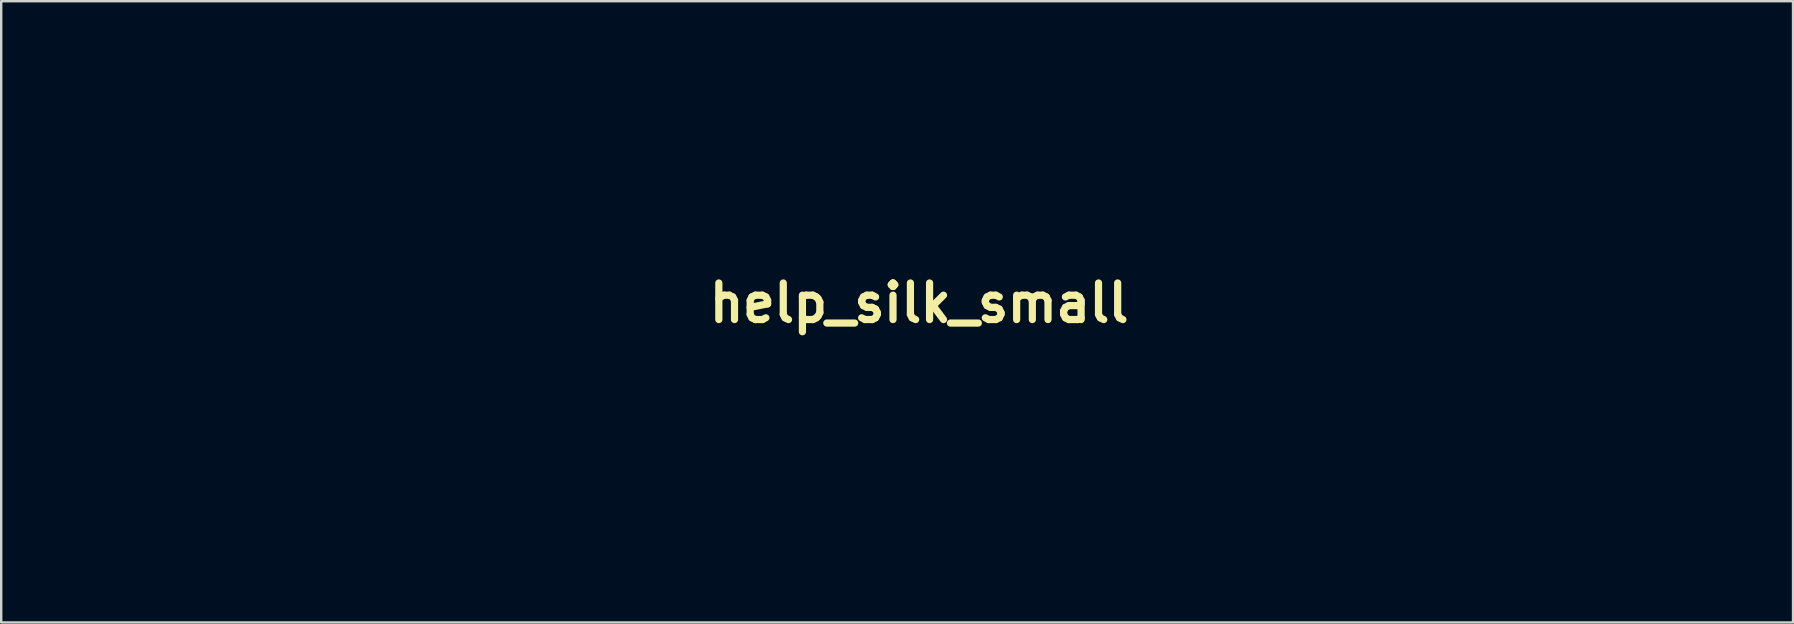
<source format=kicad_pcb>
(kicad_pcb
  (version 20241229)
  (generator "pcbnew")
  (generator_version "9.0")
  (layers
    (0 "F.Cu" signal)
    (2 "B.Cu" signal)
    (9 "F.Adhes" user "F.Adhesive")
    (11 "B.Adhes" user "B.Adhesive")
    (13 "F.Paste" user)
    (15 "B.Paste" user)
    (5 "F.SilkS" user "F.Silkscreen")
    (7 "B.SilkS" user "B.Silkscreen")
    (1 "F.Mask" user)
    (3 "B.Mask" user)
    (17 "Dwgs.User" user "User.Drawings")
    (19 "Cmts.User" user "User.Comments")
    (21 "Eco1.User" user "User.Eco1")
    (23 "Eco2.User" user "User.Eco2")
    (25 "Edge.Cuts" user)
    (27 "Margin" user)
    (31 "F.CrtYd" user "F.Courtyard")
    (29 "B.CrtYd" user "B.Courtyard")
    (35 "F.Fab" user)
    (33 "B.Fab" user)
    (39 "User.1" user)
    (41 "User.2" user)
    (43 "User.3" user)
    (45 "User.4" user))
  (footprint "help_silk_small"
    (layer "F.Cu")
    (at 35.248 9.576)
    (property "Reference" "help_silk_small" (at 0 0 0) (layer "F.SilkS") (effects (font (size 1.524 1.524) (thickness 0.3))))
    (attr through_hole)
    (fp_poly (pts (xy -17.056 -3.927) (xy -17.107 -3.708) (xy -17.301 -3.681) (xy -17.604 -3.816) (xy -17.547 -3.927) (xy -17.11 -3.971) (xy -17.056 -3.927)) (stroke (width 0.01) (type solid)) (fill yes) (layer "F.Mask"))
    (fp_poly (pts (xy -17.056 6.749) (xy -17.107 6.968) (xy -17.301 6.994) (xy -17.604 6.86) (xy -17.547 6.749) (xy -17.11 6.705) (xy -17.056 6.749)) (stroke (width 0.01) (type solid)) (fill yes) (layer "F.Mask"))
    (fp_poly (pts (xy -11.166 1.227) (xy -11.217 1.446) (xy -11.412 1.472) (xy -11.715 1.338) (xy -11.657 1.227) (xy -11.22 1.183) (xy -11.166 1.227)) (stroke (width 0.01) (type solid)) (fill yes) (layer "F.Mask"))
    (fp_poly (pts (xy 2.086 1.227) (xy 2.035 1.446) (xy 1.841 1.472) (xy 1.538 1.338) (xy 1.595 1.227) (xy 2.032 1.183) (xy 2.086 1.227)) (stroke (width 0.01) (type solid)) (fill yes) (layer "F.Mask"))
    (fp_poly (pts (xy 12.025 -3.927) (xy 11.975 -3.708) (xy 11.78 -3.681) (xy 11.477 -3.816) (xy 11.534 -3.927) (xy 11.971 -3.971) (xy 12.025 -3.927)) (stroke (width 0.01) (type solid)) (fill yes) (layer "F.Mask"))
    (fp_poly (pts (xy -2.4 -3.024) (xy -2.192 -2.329) (xy -2.343 -1.49) (xy -2.735 -0.894) (xy -3.278 -0.449) (xy -3.566 -0.555) (xy -3.673 -1.286) (xy -3.681 -1.841) (xy -3.619 -2.804) (xy -3.37 -3.23) (xy -2.945 -3.313) (xy -2.4 -3.024)) (stroke (width 0.01) (type solid)) (fill yes) (layer "F.Mask"))
    (fp_poly (pts (xy -17.043 -2.993) (xy -16.933 -2.222) (xy -16.933 -2.209) (xy -17.04 -1.433) (xy -17.297 -1.104) (xy -17.301 -1.104) (xy -17.56 -1.424) (xy -17.67 -2.195) (xy -17.67 -2.209) (xy -17.563 -2.984) (xy -17.306 -3.313) (xy -17.301 -3.313) (xy -17.043 -2.993)) (stroke (width 0.01) (type solid)) (fill yes) (layer "F.Mask"))
    (fp_poly (pts (xy -15.29 -3.139) (xy -15.1 -2.494) (xy -15.093 -2.209) (xy -15.208 -1.4) (xy -15.639 -1.116) (xy -15.829 -1.104) (xy -16.368 -1.278) (xy -16.558 -1.924) (xy -16.565 -2.209) (xy -16.45 -3.017) (xy -16.019 -3.302) (xy -15.829 -3.313) (xy -15.29 -3.139)) (stroke (width 0.01) (type solid)) (fill yes) (layer "F.Mask"))
    (fp_poly (pts (xy -13.45 2.014) (xy -13.26 2.66) (xy -13.252 2.945) (xy -13.368 3.753) (xy -13.798 4.038) (xy -13.988 4.049) (xy -14.527 3.876) (xy -14.717 3.23) (xy -14.725 2.945) (xy -14.609 2.137) (xy -14.178 1.852) (xy -13.988 1.841) (xy -13.45 2.014)) (stroke (width 0.01) (type solid)) (fill yes) (layer "F.Mask"))
    (fp_poly (pts (xy 29.62 -3.139) (xy 29.81 -2.494) (xy 29.817 -2.209) (xy 29.702 -1.4) (xy 29.271 -1.116) (xy 29.081 -1.104) (xy 28.542 -1.278) (xy 28.353 -1.924) (xy 28.345 -2.209) (xy 28.461 -3.017) (xy 28.891 -3.302) (xy 29.081 -3.313) (xy 29.62 -3.139)) (stroke (width 0.01) (type solid)) (fill yes) (layer "F.Mask"))
    (fp_poly (pts (xy -24.298 6.755) (xy -24.296 6.798) (xy -24.483 7.449) (xy -24.934 8.298) (xy -25.481 9.082) (xy -25.955 9.537) (xy -26.065 9.571) (xy -26.402 9.478) (xy -26.186 9.08) (xy -26.113 8.991) (xy -25.822 8.46) (xy -26.128 8.058) (xy -26.16 8.036) (xy -26.465 7.776) (xy -26.118 7.844) (xy -26.063 7.861) (xy -25.449 7.759) (xy -25.21 7.344) (xy -24.898 6.83) (xy -24.51 6.584) (xy -24.298 6.755)) (stroke (width 0.01) (type solid)) (fill yes) (layer "F.Mask"))
    (fp_poly (pts (xy -6.94 -9.471) (xy -6.651 -9.05) (xy -6.626 -8.672) (xy -6.762 -7.893) (xy -6.994 -7.546) (xy -7.279 -7.039) (xy -7.362 -6.42) (xy -7.491 -5.739) (xy -7.73 -5.522) (xy -7.991 -5.841) (xy -8.099 -6.604) (xy -7.985 -7.454) (xy -7.73 -7.914) (xy -7.358 -8.371) (xy -7.581 -8.682) (xy -8.099 -8.651) (xy -8.696 -8.625) (xy -8.835 -8.994) (xy -8.541 -9.444) (xy -7.73 -9.571) (xy -6.94 -9.471)) (stroke (width 0.01) (type solid)) (fill yes) (layer "F.Mask"))
    (fp_poly (pts (xy -34.314 -9.269) (xy -34.223 -8.927) (xy -34.175 -8.484) (xy -33.947 -8.639) (xy -33.722 -8.927) (xy -33.105 -9.536) (xy -32.757 -9.503) (xy -32.761 -8.897) (xy -32.965 -8.294) (xy -33.324 -7.238) (xy -33.496 -6.348) (xy -33.499 -6.27) (xy -33.651 -5.665) (xy -33.867 -5.522) (xy -34.159 -5.834) (xy -34.248 -6.35) (xy -34.442 -7.299) (xy -34.787 -8.099) (xy -35.237 -9.001) (xy -35.243 -9.448) (xy -34.806 -9.571) (xy -34.787 -9.571) (xy -34.314 -9.269)) (stroke (width 0.01) (type solid)) (fill yes) (layer "F.Mask"))
    (fp_poly (pts (xy -19.384 6.729) (xy -19.124 7.15) (xy -19.108 8.069) (xy -19.134 8.427) (xy -19.077 9.054) (xy -18.684 9.104) (xy -18.623 9.083) (xy -18.129 9.059) (xy -18.038 9.214) (xy -18.361 9.45) (xy -19.157 9.568) (xy -19.326 9.571) (xy -20.192 9.509) (xy -20.547 9.197) (xy -20.614 8.467) (xy -20.479 7.664) (xy -20.154 7.357) (xy -19.963 7.229) (xy -20.246 6.994) (xy -20.535 6.726) (xy -20.17 6.636) (xy -19.97 6.632) (xy -19.384 6.729)) (stroke (width 0.01) (type solid)) (fill yes) (layer "F.Mask"))
    (fp_poly (pts (xy -9.847 -3.247) (xy -9.19 -2.928) (xy -9.019 -2.209) (xy -9.221 -1.45) (xy -9.847 -1.171) (xy -10.426 -1.198) (xy -10.649 -1.637) (xy -10.649 -1.657) (xy -9.939 -1.657) (xy -9.755 -1.472) (xy -9.571 -1.657) (xy -9.755 -1.841) (xy -9.939 -1.657) (xy -10.649 -1.657) (xy -10.675 -2.209) (xy -10.657 -2.393) (xy -9.939 -2.393) (xy -9.755 -2.209) (xy -9.571 -2.393) (xy -9.755 -2.577) (xy -9.939 -2.393) (xy -10.657 -2.393) (xy -10.597 -3.005) (xy -10.259 -3.268) (xy -9.847 -3.247)) (stroke (width 0.01) (type solid)) (fill yes) (layer "F.Mask"))
    (fp_poly (pts (xy -5.354 1.97) (xy -4.828 2.151) (xy -4.786 2.232) (xy -5.066 2.567) (xy -5.154 2.577) (xy -5.461 2.883) (xy -5.522 3.257) (xy -5.823 3.741) (xy -6.522 3.98) (xy -7.314 3.948) (xy -7.894 3.617) (xy -7.975 3.473) (xy -8.021 2.945) (xy -7.362 2.945) (xy -7.228 3.248) (xy -7.117 3.19) (xy -7.073 2.753) (xy -7.117 2.7) (xy -7.336 2.75) (xy -7.362 2.945) (xy -8.021 2.945) (xy -8.05 2.61) (xy -7.479 2.089) (xy -6.286 1.907) (xy -5.354 1.97)) (stroke (width 0.01) (type solid)) (fill yes) (layer "F.Mask"))
    (fp_poly (pts (xy -12.929 -3.732) (xy -12.628 -3.415) (xy -12.439 -3.728) (xy -12.142 -3.968) (xy -11.718 -3.699) (xy -11.31 -3.093) (xy -11.064 -2.326) (xy -11.043 -2.051) (xy -11.14 -1.404) (xy -11.575 -1.145) (xy -12.29 -1.104) (xy -13.158 -1.187) (xy -13.553 -1.569) (xy -13.698 -2.2) (xy -13.698 -2.209) (xy -12.826 -2.209) (xy -12.768 -1.686) (xy -12.64 -1.749) (xy -12.592 -2.502) (xy -12.64 -2.669) (xy -12.775 -2.715) (xy -12.826 -2.209) (xy -13.698 -2.209) (xy -13.724 -3.17) (xy -13.536 -3.818) (xy -13.21 -3.992) (xy -12.929 -3.732)) (stroke (width 0.01) (type solid)) (fill yes) (layer "F.Mask"))
    (fp_poly (pts (xy -32.854 1.208) (xy -31.798 1.284) (xy -31.27 1.492) (xy -31.062 1.993) (xy -30.993 2.648) (xy -30.88 4.007) (xy -32.741 3.993) (xy -34.603 3.979) (xy -34.603 2.577) (xy -33.809 2.577) (xy -33.751 3.099) (xy -33.623 3.037) (xy -33.593 2.577) (xy -31.968 2.577) (xy -31.91 3.099) (xy -31.782 3.037) (xy -31.734 2.283) (xy -31.782 2.117) (xy -31.917 2.07) (xy -31.968 2.577) (xy -33.593 2.577) (xy -33.574 2.283) (xy -33.623 2.117) (xy -33.757 2.07) (xy -33.809 2.577) (xy -34.603 2.577) (xy -34.603 1.127) (xy -32.854 1.208)) (stroke (width 0.01) (type solid)) (fill yes) (layer "F.Mask"))
    (fp_poly (pts (xy -14.891 -9.238) (xy -14.757 -8.38) (xy -14.725 -7.546) (xy -14.785 -6.438) (xy -14.941 -5.702) (xy -15.093 -5.522) (xy -15.369 -5.837) (xy -15.461 -6.442) (xy -15.587 -7.134) (xy -15.829 -7.362) (xy -16.106 -7.047) (xy -16.197 -6.442) (xy -16.323 -5.75) (xy -16.565 -5.522) (xy -16.767 -5.855) (xy -16.901 -6.713) (xy -16.933 -7.546) (xy -16.873 -8.655) (xy -16.717 -9.391) (xy -16.565 -9.571) (xy -16.266 -9.263) (xy -16.197 -8.835) (xy -16.043 -8.237) (xy -15.829 -8.099) (xy -15.53 -8.407) (xy -15.461 -8.835) (xy -15.307 -9.433) (xy -15.093 -9.571) (xy -14.891 -9.238)) (stroke (width 0.01) (type solid)) (fill yes) (layer "F.Mask"))
    (fp_poly (pts (xy -33.222 -3.94) (xy -32.166 -3.867) (xy -31.638 -3.661) (xy -31.431 -3.163) (xy -31.361 -2.506) (xy -31.248 -1.146) (xy -33.109 -1.161) (xy -34.971 -1.175) (xy -34.971 -2.577) (xy -34.177 -2.577) (xy -34.119 -2.054) (xy -33.991 -2.117) (xy -33.973 -2.393) (xy -32.322 -2.393) (xy -32.283 -1.764) (xy -32.167 -1.709) (xy -32.153 -1.742) (xy -32.08 -2.472) (xy -32.139 -2.846) (xy -32.256 -2.996) (xy -32.32 -2.507) (xy -32.322 -2.393) (xy -33.973 -2.393) (xy -33.942 -2.87) (xy -33.991 -3.037) (xy -34.125 -3.083) (xy -34.177 -2.577) (xy -34.971 -2.577) (xy -34.971 -4.014) (xy -33.222 -3.94)) (stroke (width 0.01) (type solid)) (fill yes) (layer "F.Mask"))
    (fp_poly (pts (xy 16.126 -1.912) (xy 15.941 -0.946) (xy 15.531 -0.524) (xy 15.277 -0.465) (xy 14.466 -0.617) (xy 14.118 -0.869) (xy 13.66 -1.653) (xy 13.517 -2.061) (xy 13.468 -2.209) (xy 15.093 -2.209) (xy 15.227 -1.906) (xy 15.338 -1.963) (xy 15.382 -2.4) (xy 15.338 -2.454) (xy 15.119 -2.404) (xy 15.093 -2.209) (xy 13.468 -2.209) (xy 13.378 -2.482) (xy 13.312 -2.21) (xy 13.295 -1.933) (xy 13.12 -1.236) (xy 12.82 -1.156) (xy 12.569 -1.639) (xy 12.516 -2.173) (xy 12.559 -2.804) (xy 12.814 -3.122) (xy 13.47 -3.237) (xy 14.377 -3.257) (xy 16.239 -3.271) (xy 16.126 -1.912)) (stroke (width 0.01) (type solid)) (fill yes) (layer "F.Mask"))
    (fp_poly (pts (xy -13.691 6.687) (xy -13.682 6.983) (xy -13.963 7.68) (xy -14.238 8.265) (xy -14.728 9.116) (xy -15.297 9.465) (xy -16.26 9.506) (xy -16.263 9.505) (xy -17.183 9.413) (xy -17.581 9.128) (xy -17.669 8.49) (xy -17.67 8.467) (xy -16.197 8.467) (xy -16.062 8.77) (xy -15.952 8.712) (xy -15.908 8.275) (xy -15.952 8.221) (xy -16.171 8.272) (xy -16.197 8.467) (xy -17.67 8.467) (xy -17.67 8.452) (xy -17.549 7.72) (xy -17.035 7.467) (xy -16.657 7.449) (xy -15.748 7.564) (xy -15.216 7.79) (xy -14.794 7.841) (xy -14.547 7.382) (xy -14.216 6.777) (xy -13.964 6.626) (xy -13.691 6.687)) (stroke (width 0.01) (type solid)) (fill yes) (layer "F.Mask"))
    (fp_poly (pts (xy -10.028 1.934) (xy -9.498 2.101) (xy -9.312 2.513) (xy -9.283 2.968) (xy -9.336 3.682) (xy -9.697 3.957) (xy -10.498 3.978) (xy -11.426 3.82) (xy -11.843 3.36) (xy -11.896 3.162) (xy -11.985 2.772) (xy -10.993 2.772) (xy -10.921 3.111) (xy -10.665 3.327) (xy -10.072 3.647) (xy -10.035 3.493) (xy -10.315 3.12) (xy -10.783 2.753) (xy -10.993 2.772) (xy -11.985 2.772) (xy -12.014 2.645) (xy -12.072 2.836) (xy -12.098 3.221) (xy -12.278 3.918) (xy -12.579 3.997) (xy -12.83 3.512) (xy -12.884 2.966) (xy -12.841 2.318) (xy -12.582 2.001) (xy -11.916 1.9) (xy -11.099 1.897) (xy -10.028 1.934)) (stroke (width 0.01) (type solid)) (fill yes) (layer "F.Mask"))
    (fp_poly (pts (xy -28.833 -8.063) (xy -28.713 -7.095) (xy -28.713 -7.037) (xy -28.713 -5.607) (xy -30.581 -5.607) (xy -31.887 -5.705) (xy -32.569 -5.987) (xy -32.635 -6.09) (xy -32.735 -6.825) (xy -32.725 -6.994) (xy -32.026 -6.994) (xy -31.872 -6.396) (xy -31.658 -6.258) (xy -31.359 -6.566) (xy -31.29 -6.994) (xy -31.444 -7.592) (xy -31.658 -7.73) (xy -31.957 -7.422) (xy -32.026 -6.994) (xy -32.725 -6.994) (xy -32.699 -7.428) (xy -32.483 -8.014) (xy -31.909 -8.276) (xy -31.218 -8.337) (xy -30.313 -8.316) (xy -29.896 -8.035) (xy -29.723 -7.315) (xy -29.713 -7.233) (xy -29.567 -6.074) (xy -29.508 -7.27) (xy -29.351 -8.186) (xy -29.086 -8.439) (xy -28.833 -8.063)) (stroke (width 0.01) (type solid)) (fill yes) (layer "F.Mask"))
    (fp_poly (pts (xy -9.999 6.863) (xy -9.825 7.27) (xy -9.685 7.724) (xy -9.627 7.463) (xy -9.614 7.27) (xy -9.335 6.724) (xy -9.058 6.626) (xy -8.755 6.769) (xy -8.743 7.31) (xy -8.899 8.022) (xy -9.254 9.418) (xy -11.437 9.504) (xy -12.767 9.493) (xy -13.501 9.34) (xy -13.62 9.191) (xy -13.395 8.962) (xy -13.252 9.019) (xy -13.002 8.863) (xy -12.887 8.113) (xy -12.884 7.936) (xy -12.793 7.076) (xy -12.569 6.64) (xy -12.516 6.626) (xy -12.272 6.949) (xy -12.151 7.744) (xy -12.148 7.903) (xy -12.074 8.756) (xy -11.808 9.015) (xy -11.596 8.968) (xy -11.184 8.469) (xy -11.043 7.691) (xy -10.857 6.91) (xy -10.438 6.609) (xy -9.999 6.863)) (stroke (width 0.01) (type solid)) (fill yes) (layer "F.Mask"))
    (fp_poly (pts (xy -15.42 1.185) (xy -15.157 1.564) (xy -15.093 2.449) (xy -15.093 2.577) (xy -15.143 3.525) (xy -15.38 3.947) (xy -15.933 4.049) (xy -16.013 4.049) (xy -16.606 3.969) (xy -16.87 3.59) (xy -16.889 3.313) (xy -16.197 3.313) (xy -16.062 3.616) (xy -15.952 3.558) (xy -15.908 3.122) (xy -15.952 3.068) (xy -16.171 3.118) (xy -16.197 3.313) (xy -16.889 3.313) (xy -16.933 2.705) (xy -16.933 2.577) (xy -16.902 1.994) (xy -16.168 1.994) (xy -16.1 2.471) (xy -15.975 2.477) (xy -15.887 1.984) (xy -15.946 1.772) (xy -16.109 1.632) (xy -16.168 1.994) (xy -16.902 1.994) (xy -16.883 1.628) (xy -16.646 1.206) (xy -16.093 1.105) (xy -16.013 1.104) (xy -15.42 1.185)) (stroke (width 0.01) (type solid)) (fill yes) (layer "F.Mask"))
    (fp_poly (pts (xy 30.971 -3.87) (xy 31.717 -3.46) (xy 32.28 -3.009) (xy 32.4 -2.794) (xy 32.552 -2.698) (xy 32.748 -2.934) (xy 33.155 -3.271) (xy 33.348 -3.219) (xy 33.408 -2.715) (xy 33.181 -1.87) (xy 32.781 -0.964) (xy 32.321 -0.271) (xy 32.055 -0.071) (xy 31.705 -0.124) (xy 31.772 -0.502) (xy 31.773 -0.96) (xy 31.199 -1.103) (xy 31.094 -1.104) (xy 30.508 -1.187) (xy 30.248 -1.571) (xy 30.229 -1.841) (xy 31.658 -1.841) (xy 31.793 -1.538) (xy 31.903 -1.595) (xy 31.947 -2.032) (xy 31.903 -2.086) (xy 31.685 -2.035) (xy 31.658 -1.841) (xy 30.229 -1.841) (xy 30.186 -2.464) (xy 30.186 -2.577) (xy 30.223 -3.499) (xy 30.315 -4.012) (xy 30.352 -4.049) (xy 30.971 -3.87)) (stroke (width 0.01) (type solid)) (fill yes) (layer "F.Mask"))
    (fp_poly (pts (xy 1.32 -3.131) (xy 1.309 -2.468) (xy 1.112 -1.681) (xy 0.679 -0.795) (xy 0.183 -0.377) (xy 0.11 -0.368) (xy -0.257 -0.467) (xy -0.037 -0.876) (xy 0 -0.92) (xy 0.231 -1.377) (xy 0.071 -1.472) (xy -0.482 -1.236) (xy -0.868 -0.92) (xy -1.426 -0.457) (xy -1.721 -0.546) (xy -1.831 -1.26) (xy -1.841 -1.841) (xy -1.824 -2.209) (xy -1.104 -2.209) (xy -0.97 -1.906) (xy -0.859 -1.963) (xy -0.815 -2.4) (xy -0.859 -2.454) (xy -1.078 -2.404) (xy -1.104 -2.209) (xy -1.824 -2.209) (xy -1.797 -2.785) (xy -1.561 -3.204) (xy -0.973 -3.311) (xy -0.736 -3.313) (xy 0.066 -3.178) (xy 0.374 -2.853) (xy 0.493 -2.653) (xy 0.722 -2.934) (xy 1.111 -3.33) (xy 1.32 -3.131)) (stroke (width 0.01) (type solid)) (fill yes) (layer "F.Mask"))
    (fp_poly (pts (xy -29.141 1.352) (xy -29.076 1.564) (xy -28.956 1.803) (xy -28.799 1.636) (xy -28.328 1.414) (xy -27.428 1.262) (xy -26.337 1.188) (xy -25.294 1.2) (xy -24.537 1.307) (xy -24.296 1.479) (xy -24.576 1.83) (xy -24.664 1.841) (xy -24.922 2.16) (xy -25.032 2.931) (xy -25.032 2.945) (xy -25.152 3.808) (xy -25.425 4.007) (xy -25.72 3.556) (xy -25.87 2.853) (xy -26.018 1.657) (xy -26.077 2.851) (xy -26.136 4.046) (xy -30.186 3.952) (xy -30.186 2.761) (xy -27.169 2.761) (xy -27.129 3.39) (xy -27.014 3.445) (xy -26.999 3.412) (xy -26.926 2.681) (xy -26.985 2.308) (xy -27.103 2.158) (xy -27.166 2.647) (xy -27.169 2.761) (xy -30.186 2.761) (xy -30.186 2.528) (xy -30.088 1.523) (xy -29.767 1.123) (xy -29.633 1.104) (xy -29.141 1.352)) (stroke (width 0.01) (type solid)) (fill yes) (layer "F.Mask"))
    (fp_poly (pts (xy -5.11 6.708) (xy -4.847 7.093) (xy -4.786 7.988) (xy -4.786 8.077) (xy -4.786 9.529) (xy -6.626 9.515) (xy -7.716 9.482) (xy -8.259 9.328) (xy -8.446 8.937) (xy -8.464 8.467) (xy -7.73 8.467) (xy -7.432 8.793) (xy -7.178 8.835) (xy -6.688 8.636) (xy -6.626 8.467) (xy -6.924 8.14) (xy -7.178 8.099) (xy -5.804 8.099) (xy -5.766 8.768) (xy -5.671 8.847) (xy -5.636 8.743) (xy -5.579 7.809) (xy -5.636 7.454) (xy -5.743 7.34) (xy -5.801 7.849) (xy -5.804 8.099) (xy -7.178 8.099) (xy -7.668 8.297) (xy -7.73 8.467) (xy -8.464 8.467) (xy -8.467 8.388) (xy -8.393 7.621) (xy -8.045 7.394) (xy -7.546 7.452) (xy -6.8 7.437) (xy -6.626 7.127) (xy -6.308 6.74) (xy -5.706 6.626) (xy -5.11 6.708)) (stroke (width 0.01) (type solid)) (fill yes) (layer "F.Mask"))
    (fp_poly (pts (xy -22.517 6.892) (xy -22.566 7.121) (xy -22.505 7.462) (xy -21.869 7.446) (xy -21.307 7.404) (xy -21.052 7.689) (xy -20.984 8.481) (xy -20.983 8.792) (xy -21.041 9.772) (xy -21.277 10.213) (xy -21.719 10.307) (xy -22.34 10.229) (xy -22.501 10.123) (xy -22.593 9.755) (xy -22.087 9.755) (xy -21.903 9.939) (xy -21.719 9.755) (xy -21.903 9.571) (xy -22.087 9.755) (xy -22.593 9.755) (xy -22.624 9.633) (xy -22.639 9.571) (xy -22.758 8.901) (xy -22.802 8.559) (xy -22.828 8.467) (xy -22.087 8.467) (xy -21.952 8.77) (xy -21.842 8.712) (xy -21.797 8.275) (xy -21.842 8.221) (xy -22.06 8.272) (xy -22.087 8.467) (xy -22.828 8.467) (xy -22.905 8.194) (xy -23.132 8.463) (xy -23.272 8.743) (xy -23.683 9.334) (xy -24.094 9.607) (xy -24.295 9.428) (xy -24.296 9.399) (xy -24.129 8.844) (xy -23.731 8.032) (xy -23.252 7.229) (xy -22.844 6.703) (xy -22.716 6.626) (xy -22.517 6.892)) (stroke (width 0.01) (type solid)) (fill yes) (layer "F.Mask"))
    (fp_poly (pts (xy -5.912 -3.776) (xy -5.89 -3.548) (xy -5.599 -3.197) (xy -4.97 -3.223) (xy -4.327 -3.259) (xy -4.083 -2.893) (xy -4.049 -2.263) (xy -4.115 -1.501) (xy -4.463 -1.202) (xy -5.317 -1.174) (xy -5.322 -1.175) (xy -6.354 -1.382) (xy -6.61 -1.657) (xy -5.154 -1.657) (xy -4.97 -1.472) (xy -4.786 -1.657) (xy -4.97 -1.841) (xy -5.154 -1.657) (xy -6.61 -1.657) (xy -6.752 -1.808) (xy -6.884 -2.161) (xy -6.948 -1.799) (xy -6.952 -1.749) (xy -7.1 -1.134) (xy -7.35 -1.113) (xy -7.594 -1.572) (xy -7.698 -2.22) (xy -5.89 -2.22) (xy -5.62 -2.018) (xy -5.338 -2.076) (xy -4.853 -2.337) (xy -4.786 -2.432) (xy -5.086 -2.561) (xy -5.338 -2.577) (xy -5.828 -2.384) (xy -5.89 -2.22) (xy -7.698 -2.22) (xy -7.727 -2.398) (xy -7.73 -2.577) (xy -7.63 -3.558) (xy -7.39 -4.017) (xy -7.103 -3.882) (xy -6.886 -3.221) (xy -6.726 -2.393) (xy -6.676 -3.221) (xy -6.484 -3.839) (xy -6.153 -4.055) (xy -5.912 -3.776)) (stroke (width 0.01) (type solid)) (fill yes) (layer "F.Mask"))
    (fp_poly (pts (xy 18.101 -3.983) (xy 18.814 -3.676) (xy 19.071 -3.346) (xy 19.02 -2.993) (xy 18.64 -3.059) (xy 18.151 -3.046) (xy 18.038 -2.577) (xy 18.252 -2.103) (xy 18.723 -2.115) (xy 19.188 -2.573) (xy 19.275 -2.76) (xy 19.556 -2.988) (xy 20.258 -3.139) (xy 21.48 -3.226) (xy 23.322 -3.259) (xy 23.721 -3.26) (xy 27.977 -3.266) (xy 27.977 -2.185) (xy 27.88 -1.413) (xy 27.432 -1.134) (xy 26.898 -1.104) (xy 26.058 -1.254) (xy 25.689 -1.802) (xy 25.66 -1.933) (xy 25.5 -2.761) (xy 25.45 -1.933) (xy 25.281 -1.285) (xy 25.057 -1.104) (xy 24.73 -1.416) (xy 24.555 -1.933) (xy 24.396 -2.761) (xy 24.346 -1.933) (xy 24.061 -1.245) (xy 23.585 -1.104) (xy 22.93 -1.425) (xy 22.715 -1.933) (xy 22.591 -2.507) (xy 22.534 -2.37) (xy 22.505 -1.971) (xy 22.418 -1.557) (xy 22.114 -1.32) (xy 21.431 -1.211) (xy 20.207 -1.182) (xy 19.878 -1.182) (xy 17.301 -1.182) (xy 17.301 -2.641) (xy 17.35 -3.576) (xy 17.57 -3.963) (xy 18.072 -3.987) (xy 18.101 -3.983)) (stroke (width 0.01) (type solid)) (fill yes) (layer "F.Mask"))
    (fp_poly (pts (xy -21.689 -3.702) (xy -21.583 -3.598) (xy -20.71 -3.145) (xy -19.864 -3.187) (xy -19.106 -3.273) (xy -18.818 -2.978) (xy -18.774 -2.266) (xy -18.84 -1.501) (xy -19.187 -1.202) (xy -20.042 -1.174) (xy -20.044 -1.175) (xy -20.98 -1.327) (xy -21.297 -1.657) (xy -19.878 -1.657) (xy -19.694 -1.472) (xy -19.51 -1.657) (xy -19.694 -1.841) (xy -19.878 -1.657) (xy -21.297 -1.657) (xy -21.405 -1.769) (xy -21.467 -1.992) (xy -21.559 -2.393) (xy -19.878 -2.393) (xy -19.694 -2.209) (xy -19.51 -2.393) (xy -19.694 -2.577) (xy -19.878 -2.393) (xy -21.559 -2.393) (xy -21.586 -2.508) (xy -21.643 -2.317) (xy -21.669 -1.933) (xy -21.916 -1.277) (xy -22.597 -1.104) (xy -23.267 -1.271) (xy -23.584 -1.906) (xy -23.637 -2.2) (xy -23.637 -2.209) (xy -22.765 -2.209) (xy -22.707 -1.686) (xy -22.579 -1.749) (xy -22.531 -2.502) (xy -22.579 -2.669) (xy -22.714 -2.715) (xy -22.765 -2.209) (xy -23.637 -2.209) (xy -23.663 -3.17) (xy -23.475 -3.818) (xy -23.149 -3.992) (xy -22.868 -3.732) (xy -22.567 -3.415) (xy -22.378 -3.728) (xy -22.144 -4) (xy -21.689 -3.702)) (stroke (width 0.01) (type solid)) (fill yes) (layer "F.Mask"))
    (fp_poly (pts (xy -2.485 1.173) (xy -1.59 1.324) (xy -1.065 1.579) (xy -1.055 1.592) (xy -0.591 1.775) (xy 0.387 1.915) (xy 1.517 1.978) (xy 2.786 2.021) (xy 3.487 2.134) (xy 3.788 2.384) (xy 3.859 2.843) (xy 3.86 2.945) (xy 3.739 3.602) (xy 3.223 3.9) (xy 2.669 3.981) (xy 1.837 3.984) (xy 1.511 3.696) (xy 1.472 3.336) (xy 1.422 3.129) (xy 2.209 3.129) (xy 2.393 3.313) (xy 2.577 3.129) (xy 2.393 2.945) (xy 2.209 3.129) (xy 1.422 3.129) (xy 1.323 2.726) (xy 1.104 2.577) (xy 0.805 2.885) (xy 0.736 3.313) (xy 0.499 3.914) (xy -0.031 4.062) (xy -0.577 3.771) (xy -0.845 3.221) (xy -0.968 2.662) (xy -1.028 2.811) (xy -1.054 3.161) (xy -1.246 3.703) (xy -1.862 3.937) (xy -2.393 3.978) (xy -3.218 3.967) (xy -3.585 3.712) (xy -3.678 3.008) (xy -3.681 2.577) (xy -2.945 2.577) (xy -2.676 3.103) (xy -2.393 3.19) (xy -1.919 2.891) (xy -1.841 2.577) (xy -2.11 2.051) (xy -2.393 1.963) (xy -2.866 2.262) (xy -2.945 2.577) (xy -3.681 2.577) (xy -3.681 2.56) (xy -3.644 1.622) (xy -3.415 1.22) (xy -2.824 1.153) (xy -2.485 1.173)) (stroke (width 0.01) (type solid)) (fill yes) (layer "F.Mask"))
    (fp_poly (pts (xy -25.848 -3.851) (xy -25.768 -3.509) (xy -25.525 -3.138) (xy -25.212 -3.182) (xy -24.824 -3.189) (xy -24.885 -2.797) (xy -24.866 -2.035) (xy -24.66 -1.652) (xy -24.408 -1.219) (xy -24.755 -1.105) (xy -24.803 -1.104) (xy -25.323 -1.336) (xy -25.406 -1.564) (xy -25.492 -1.827) (xy -25.691 -1.585) (xy -26.186 -1.348) (xy -27.13 -1.206) (xy -28.25 -1.164) (xy -29.273 -1.229) (xy -29.926 -1.408) (xy -30.009 -1.485) (xy -29.962 -1.657) (xy -29.449 -1.657) (xy -29.265 -1.472) (xy -29.081 -1.657) (xy -29.265 -1.841) (xy -29.449 -1.657) (xy -29.962 -1.657) (xy -29.897 -1.89) (xy -29.549 -2.175) (xy -29.235 -2.382) (xy -28.295 -2.382) (xy -28.222 -2.042) (xy -27.966 -1.826) (xy -27.373 -1.507) (xy -27.337 -1.661) (xy -27.616 -2.034) (xy -28.074 -2.393) (xy -26.872 -2.393) (xy -26.688 -2.209) (xy -26.504 -2.393) (xy -26.688 -2.577) (xy -26.872 -2.393) (xy -28.074 -2.393) (xy -28.084 -2.4) (xy -28.295 -2.382) (xy -29.235 -2.382) (xy -29.098 -2.472) (xy -29.297 -2.558) (xy -29.563 -2.566) (xy -30.018 -2.724) (xy -30.016 -2.922) (xy -29.546 -3.132) (xy -28.628 -3.241) (xy -28.26 -3.245) (xy -27.276 -3.321) (xy -26.66 -3.537) (xy -26.581 -3.637) (xy -26.221 -4.031) (xy -25.848 -3.851)) (stroke (width 0.01) (type solid)) (fill yes) (layer "F.Mask"))
    (fp_poly (pts (xy -19.222 1.303) (xy -19.142 1.645) (xy -18.899 2.016) (xy -18.586 1.972) (xy -18.198 1.965) (xy -18.259 2.356) (xy -18.24 3.119) (xy -18.034 3.502) (xy -17.782 3.934) (xy -18.129 4.049) (xy -18.177 4.049) (xy -18.697 3.818) (xy -18.78 3.589) (xy -18.866 3.327) (xy -19.065 3.569) (xy -19.56 3.806) (xy -20.504 3.948) (xy -21.624 3.99) (xy -22.647 3.925) (xy -23.3 3.746) (xy -23.383 3.668) (xy -23.336 3.497) (xy -22.823 3.497) (xy -22.639 3.681) (xy -22.455 3.497) (xy -22.639 3.313) (xy -22.823 3.497) (xy -23.336 3.497) (xy -23.271 3.264) (xy -22.923 2.979) (xy -22.609 2.772) (xy -21.669 2.772) (xy -21.596 3.111) (xy -21.34 3.327) (xy -20.747 3.647) (xy -20.711 3.493) (xy -20.99 3.12) (xy -21.448 2.761) (xy -20.246 2.761) (xy -20.062 2.945) (xy -19.878 2.761) (xy -20.062 2.577) (xy -20.246 2.761) (xy -21.448 2.761) (xy -21.458 2.753) (xy -21.669 2.772) (xy -22.609 2.772) (xy -22.472 2.682) (xy -22.671 2.596) (xy -22.937 2.588) (xy -23.392 2.43) (xy -23.39 2.232) (xy -22.92 2.022) (xy -22.002 1.913) (xy -21.634 1.908) (xy -20.65 1.832) (xy -20.034 1.616) (xy -19.954 1.517) (xy -19.595 1.123) (xy -19.222 1.303)) (stroke (width 0.01) (type solid)) (fill yes) (layer "F.Mask"))
    (fp_poly (pts (xy -12.205 -8.41) (xy -11.85 -8.088) (xy -11.78 -7.276) (xy -11.78 -7.178) (xy -11.66 -6.225) (xy -11.278 -5.892) (xy -11.228 -5.89) (xy -10.823 -6.164) (xy -10.677 -7.043) (xy -10.675 -7.203) (xy -10.653 -7.568) (xy -9.939 -7.568) (xy -9.818 -7.036) (xy -9.499 -7.196) (xy -9.403 -7.337) (xy -9.449 -7.81) (xy -9.565 -7.911) (xy -9.885 -7.831) (xy -9.939 -7.568) (xy -10.653 -7.568) (xy -10.622 -8.071) (xy -10.351 -8.404) (xy -9.694 -8.402) (xy -9.666 -8.399) (xy -8.865 -8.096) (xy -8.506 -7.564) (xy -8.657 -7.025) (xy -9.171 -6.741) (xy -9.786 -6.375) (xy -9.939 -6.031) (xy -10.155 -5.728) (xy -10.88 -5.567) (xy -12.148 -5.522) (xy -14.357 -5.522) (xy -14.357 -6.258) (xy -13.62 -6.258) (xy -13.322 -5.931) (xy -13.068 -5.89) (xy -12.578 -6.089) (xy -12.516 -6.258) (xy -12.814 -6.585) (xy -13.068 -6.626) (xy -13.558 -6.427) (xy -13.62 -6.258) (xy -14.357 -6.258) (xy -14.357 -6.994) (xy -14.334 -7.546) (xy -13.62 -7.546) (xy -13.326 -7.058) (xy -13.068 -6.994) (xy -12.58 -7.289) (xy -12.516 -7.546) (xy -12.811 -8.034) (xy -13.068 -8.099) (xy -13.556 -7.804) (xy -13.62 -7.546) (xy -14.334 -7.546) (xy -14.318 -7.937) (xy -14.077 -8.356) (xy -13.448 -8.463) (xy -13.068 -8.467) (xy -12.205 -8.41)) (stroke (width 0.01) (type solid)) (fill yes) (layer "F.Mask"))
    (fp_poly (pts (xy -19.142 -5.522) (xy -22.424 -5.522) (xy -24.228 -5.565) (xy -25.356 -5.699) (xy -25.864 -5.932) (xy -25.892 -5.982) (xy -26.059 -6.253) (xy -26.107 -5.982) (xy -26.369 -5.553) (xy -26.504 -5.522) (xy -26.735 -5.848) (xy -26.799 -6.258) (xy -23.928 -6.258) (xy -23.629 -5.931) (xy -23.375 -5.89) (xy -22.885 -6.089) (xy -22.823 -6.258) (xy -22.087 -6.258) (xy -21.789 -5.931) (xy -21.535 -5.89) (xy -21.045 -6.089) (xy -20.983 -6.258) (xy -21.281 -6.585) (xy -21.535 -6.626) (xy -22.025 -6.427) (xy -22.087 -6.258) (xy -22.823 -6.258) (xy -23.121 -6.585) (xy -23.375 -6.626) (xy -23.865 -6.427) (xy -23.928 -6.258) (xy -26.799 -6.258) (xy -26.863 -6.664) (xy -26.872 -6.994) (xy -26.777 -8.052) (xy -26.513 -8.428) (xy -26.11 -8.104) (xy -25.849 -7.638) (xy -25.45 -6.81) (xy -25.428 -7.546) (xy -23.928 -7.546) (xy -23.633 -7.058) (xy -23.375 -6.994) (xy -22.887 -7.289) (xy -22.823 -7.546) (xy -22.087 -7.546) (xy -21.792 -7.058) (xy -21.535 -6.994) (xy -20.161 -6.994) (xy -20.123 -6.324) (xy -20.027 -6.246) (xy -19.993 -6.35) (xy -19.935 -7.284) (xy -19.993 -7.638) (xy -20.099 -7.753) (xy -20.157 -7.244) (xy -20.161 -6.994) (xy -21.535 -6.994) (xy -21.047 -7.289) (xy -20.983 -7.546) (xy -21.277 -8.034) (xy -21.535 -8.099) (xy -22.023 -7.804) (xy -22.087 -7.546) (xy -22.823 -7.546) (xy -23.118 -8.034) (xy -23.375 -8.099) (xy -23.863 -7.804) (xy -23.928 -7.546) (xy -25.428 -7.546) (xy -25.425 -7.638) (xy -25.371 -8.04) (xy -25.141 -8.285) (xy -24.589 -8.412) (xy -23.567 -8.46) (xy -22.271 -8.467) (xy -19.142 -8.467) (xy -19.142 -5.522)) (stroke (width 0.01) (type solid)) (fill yes) (layer "F.Mask"))
    (fp_poly (pts (xy -33.877 6.906) (xy -33.867 6.994) (xy -33.589 7.304) (xy -32.992 7.335) (xy -32.428 7.108) (xy -32.269 6.902) (xy -32.024 6.647) (xy -31.731 6.944) (xy -31.402 7.261) (xy -31.178 6.944) (xy -30.941 6.63) (xy -30.633 6.933) (xy -30.048 7.251) (xy -28.991 7.414) (xy -28.635 7.424) (xy -27.617 7.458) (xy -27.13 7.647) (xy -26.971 8.123) (xy -26.952 8.501) (xy -27.007 9.245) (xy -27.382 9.502) (xy -28.066 9.492) (xy -28.925 9.56) (xy -29.36 9.856) (xy -29.701 10.258) (xy -30.082 10.223) (xy -30.186 9.939) (xy -30.505 9.678) (xy -31.265 9.571) (xy -32.072 9.445) (xy -32.425 8.925) (xy -32.499 8.559) (xy -32.513 8.467) (xy -31.6 8.467) (xy -31.542 8.989) (xy -31.414 8.927) (xy -31.384 8.467) (xy -30.495 8.467) (xy -30.438 8.989) (xy -30.31 8.927) (xy -30.28 8.467) (xy -29.449 8.467) (xy -29.315 8.77) (xy -29.204 8.712) (xy -29.198 8.651) (xy -28.345 8.651) (xy -28.161 8.835) (xy -27.977 8.651) (xy -28.161 8.467) (xy -28.345 8.651) (xy -29.198 8.651) (xy -29.16 8.275) (xy -29.204 8.221) (xy -29.423 8.272) (xy -29.449 8.467) (xy -30.28 8.467) (xy -30.261 8.173) (xy -30.31 8.007) (xy -30.444 7.96) (xy -30.495 8.467) (xy -31.384 8.467) (xy -31.366 8.173) (xy -31.414 8.007) (xy -31.549 7.96) (xy -31.6 8.467) (xy -32.513 8.467) (xy -32.652 7.546) (xy -32.707 8.559) (xy -32.891 9.359) (xy -33.218 9.527) (xy -33.536 9.032) (xy -33.607 8.743) (xy -33.766 7.914) (xy -33.817 8.743) (xy -33.968 9.457) (xy -34.222 9.556) (xy -34.469 9.129) (xy -34.6 8.266) (xy -34.603 8.099) (xy -34.521 7.176) (xy -34.317 6.664) (xy -34.235 6.626) (xy -33.877 6.906)) (stroke (width 0.01) (type solid)) (fill yes) (layer "F.Mask"))
    (fp_poly (pts (xy 11.033 -3.769) (xy 11.043 -3.681) (xy 11.342 -3.355) (xy 11.596 -3.313) (xy 12.036 -2.986) (xy 12.148 -2.261) (xy 12.148 -1.208) (xy 9.035 -1.226) (xy 7.511 -1.25) (xy 6.571 -1.325) (xy 6.063 -1.487) (xy 5.835 -1.773) (xy 5.772 -2.002) (xy 5.727 -2.209) (xy 7.362 -2.209) (xy 7.497 -1.906) (xy 7.608 -1.963) (xy 7.632 -2.209) (xy 9.203 -2.209) (xy 9.338 -1.906) (xy 9.448 -1.963) (xy 9.473 -2.209) (xy 11.102 -2.209) (xy 11.159 -1.686) (xy 11.287 -1.749) (xy 11.336 -2.502) (xy 11.287 -2.669) (xy 11.153 -2.715) (xy 11.102 -2.209) (xy 9.473 -2.209) (xy 9.492 -2.4) (xy 9.448 -2.454) (xy 9.229 -2.404) (xy 9.203 -2.209) (xy 7.632 -2.209) (xy 7.652 -2.4) (xy 7.608 -2.454) (xy 7.389 -2.404) (xy 7.362 -2.209) (xy 5.727 -2.209) (xy 5.652 -2.546) (xy 5.598 -2.363) (xy 5.572 -1.992) (xy 5.371 -1.442) (xy 4.733 -1.21) (xy 4.282 -1.177) (xy 3.373 -1.208) (xy 2.829 -1.346) (xy 2.809 -1.363) (xy 2.565 -1.857) (xy 2.913 -2.076) (xy 3.405 -2) (xy 3.945 -1.85) (xy 3.938 -1.967) (xy 3.371 -2.448) (xy 3.347 -2.468) (xy 2.784 -3.117) (xy 2.775 -3.19) (xy 3.436 -3.19) (xy 3.486 -2.971) (xy 3.681 -2.945) (xy 4.417 -2.945) (xy 4.552 -2.642) (xy 4.663 -2.7) (xy 4.707 -3.136) (xy 4.663 -3.19) (xy 4.444 -3.14) (xy 4.417 -2.945) (xy 3.681 -2.945) (xy 3.984 -3.08) (xy 3.927 -3.19) (xy 3.49 -3.234) (xy 3.436 -3.19) (xy 2.775 -3.19) (xy 2.726 -3.626) (xy 3.256 -3.9) (xy 4.141 -3.969) (xy 5.035 -3.844) (xy 5.587 -3.536) (xy 6.074 -3.306) (xy 6.993 -3.175) (xy 8.11 -3.141) (xy 9.191 -3.202) (xy 10.001 -3.355) (xy 10.307 -3.588) (xy 10.539 -4.016) (xy 10.675 -4.049) (xy 11.033 -3.769)) (stroke (width 0.01) (type solid)) (fill yes) (layer "F.Mask")))
  (gr_rect
    (start -3 -3)
    (end 71.661 22.888)
    (stroke (width 0.1) (type default))
    (fill no)
    (layer "Edge.Cuts")))
</source>
